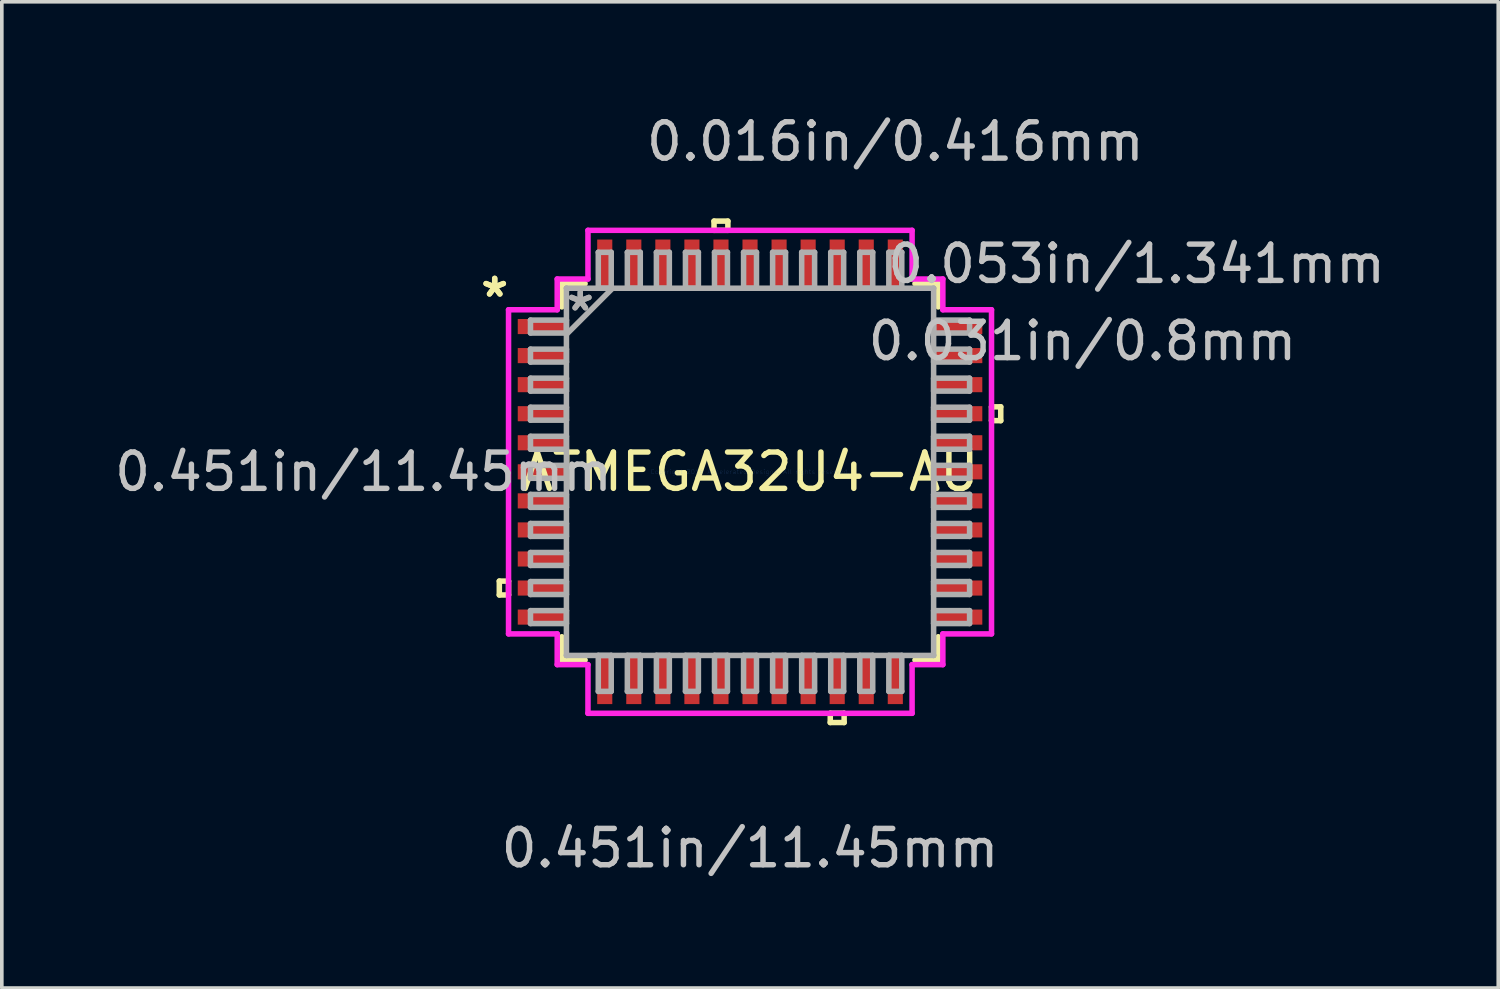
<source format=kicad_pcb>
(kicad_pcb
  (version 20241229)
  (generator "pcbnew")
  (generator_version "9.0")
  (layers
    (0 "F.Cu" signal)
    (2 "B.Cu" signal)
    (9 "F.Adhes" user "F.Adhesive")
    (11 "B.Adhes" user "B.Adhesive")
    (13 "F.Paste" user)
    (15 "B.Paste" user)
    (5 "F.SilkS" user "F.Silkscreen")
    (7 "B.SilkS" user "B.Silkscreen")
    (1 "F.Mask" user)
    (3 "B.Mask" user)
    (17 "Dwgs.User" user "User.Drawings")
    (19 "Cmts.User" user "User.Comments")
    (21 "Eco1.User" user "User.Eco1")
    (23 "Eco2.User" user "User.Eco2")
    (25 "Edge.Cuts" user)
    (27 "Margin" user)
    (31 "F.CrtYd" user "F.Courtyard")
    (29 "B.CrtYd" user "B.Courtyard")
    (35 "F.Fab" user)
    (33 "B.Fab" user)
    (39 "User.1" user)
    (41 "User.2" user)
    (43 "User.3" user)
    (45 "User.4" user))
  (footprint "ATMEGA32U4-AU"
    (layer "F.Cu")
    (at 17.601 9.941)
    (property "Reference" "ATMEGA32U4-AU" (at 0 0 0) (layer "F.SilkS") (effects (font (size 1 1) (thickness 0.15))))
    (attr through_hole)
    (fp_line (start -6.903 3.009) (end -6.903 3.39) (stroke (width 0.152) (type solid)) (layer "F.SilkS"))
    (fp_line (start -6.903 3.39) (end -6.649 3.39) (stroke (width 0.152) (type solid)) (layer "F.SilkS"))
    (fp_line (start -6.649 3.009) (end -6.903 3.009) (stroke (width 0.152) (type solid)) (layer "F.SilkS"))
    (fp_line (start -6.649 3.39) (end -6.649 3.009) (stroke (width 0.152) (type solid)) (layer "F.SilkS"))
    (fp_line (start -5.182 -5.182) (end -5.182 -4.541) (stroke (width 0.152) (type solid)) (layer "F.SilkS"))
    (fp_line (start -5.182 4.541) (end -5.182 5.182) (stroke (width 0.152) (type solid)) (layer "F.SilkS"))
    (fp_line (start -5.182 5.182) (end -4.541 5.182) (stroke (width 0.152) (type solid)) (layer "F.SilkS"))
    (fp_line (start -4.541 -5.182) (end -5.182 -5.182) (stroke (width 0.152) (type solid)) (layer "F.SilkS"))
    (fp_line (start -0.991 -6.903) (end -0.61 -6.903) (stroke (width 0.152) (type solid)) (layer "F.SilkS"))
    (fp_line (start -0.991 -6.649) (end -0.991 -6.903) (stroke (width 0.152) (type solid)) (layer "F.SilkS"))
    (fp_line (start -0.61 -6.903) (end -0.61 -6.649) (stroke (width 0.152) (type solid)) (layer "F.SilkS"))
    (fp_line (start -0.61 -6.649) (end -0.991 -6.649) (stroke (width 0.152) (type solid)) (layer "F.SilkS"))
    (fp_line (start 2.209 6.649) (end 2.209 6.903) (stroke (width 0.152) (type solid)) (layer "F.SilkS"))
    (fp_line (start 2.209 6.903) (end 2.591 6.903) (stroke (width 0.152) (type solid)) (layer "F.SilkS"))
    (fp_line (start 2.591 6.649) (end 2.209 6.649) (stroke (width 0.152) (type solid)) (layer "F.SilkS"))
    (fp_line (start 2.591 6.903) (end 2.591 6.649) (stroke (width 0.152) (type solid)) (layer "F.SilkS"))
    (fp_line (start 4.541 5.182) (end 5.182 5.182) (stroke (width 0.152) (type solid)) (layer "F.SilkS"))
    (fp_line (start 5.182 -5.182) (end 4.541 -5.182) (stroke (width 0.152) (type solid)) (layer "F.SilkS"))
    (fp_line (start 5.182 -4.541) (end 5.182 -5.182) (stroke (width 0.152) (type solid)) (layer "F.SilkS"))
    (fp_line (start 5.182 5.182) (end 5.182 4.541) (stroke (width 0.152) (type solid)) (layer "F.SilkS"))
    (fp_line (start 6.649 -1.79) (end 6.903 -1.79) (stroke (width 0.152) (type solid)) (layer "F.SilkS"))
    (fp_line (start 6.649 -1.409) (end 6.649 -1.79) (stroke (width 0.152) (type solid)) (layer "F.SilkS"))
    (fp_line (start 6.903 -1.79) (end 6.903 -1.409) (stroke (width 0.152) (type solid)) (layer "F.SilkS"))
    (fp_line (start 6.903 -1.409) (end 6.649 -1.409) (stroke (width 0.152) (type solid)) (layer "F.SilkS"))
    (fp_line (start -6.649 -4.462) (end -5.309 -4.462) (stroke (width 0.152) (type solid)) (layer "F.CrtYd"))
    (fp_line (start -6.649 4.462) (end -6.649 -4.462) (stroke (width 0.152) (type solid)) (layer "F.CrtYd"))
    (fp_line (start -5.309 -5.309) (end -4.462 -5.309) (stroke (width 0.152) (type solid)) (layer "F.CrtYd"))
    (fp_line (start -5.309 -4.462) (end -5.309 -5.309) (stroke (width 0.152) (type solid)) (layer "F.CrtYd"))
    (fp_line (start -5.309 4.462) (end -6.649 4.462) (stroke (width 0.152) (type solid)) (layer "F.CrtYd"))
    (fp_line (start -5.309 5.309) (end -5.309 4.462) (stroke (width 0.152) (type solid)) (layer "F.CrtYd"))
    (fp_line (start -4.462 -6.649) (end 4.462 -6.649) (stroke (width 0.152) (type solid)) (layer "F.CrtYd"))
    (fp_line (start -4.462 -5.309) (end -4.462 -6.649) (stroke (width 0.152) (type solid)) (layer "F.CrtYd"))
    (fp_line (start -4.462 5.309) (end -5.309 5.309) (stroke (width 0.152) (type solid)) (layer "F.CrtYd"))
    (fp_line (start -4.462 6.649) (end -4.462 5.309) (stroke (width 0.152) (type solid)) (layer "F.CrtYd"))
    (fp_line (start 4.462 -6.649) (end 4.462 -5.309) (stroke (width 0.152) (type solid)) (layer "F.CrtYd"))
    (fp_line (start 4.462 -5.309) (end 5.309 -5.309) (stroke (width 0.152) (type solid)) (layer "F.CrtYd"))
    (fp_line (start 4.462 5.309) (end 4.462 6.649) (stroke (width 0.152) (type solid)) (layer "F.CrtYd"))
    (fp_line (start 4.462 6.649) (end -4.462 6.649) (stroke (width 0.152) (type solid)) (layer "F.CrtYd"))
    (fp_line (start 5.309 -5.309) (end 5.309 -4.462) (stroke (width 0.152) (type solid)) (layer "F.CrtYd"))
    (fp_line (start 5.309 -4.462) (end 6.649 -4.462) (stroke (width 0.152) (type solid)) (layer "F.CrtYd"))
    (fp_line (start 5.309 4.462) (end 5.309 5.309) (stroke (width 0.152) (type solid)) (layer "F.CrtYd"))
    (fp_line (start 5.309 5.309) (end 4.462 5.309) (stroke (width 0.152) (type solid)) (layer "F.CrtYd"))
    (fp_line (start 6.649 -4.462) (end 6.649 4.462) (stroke (width 0.152) (type solid)) (layer "F.CrtYd"))
    (fp_line (start 6.649 4.462) (end 5.309 4.462) (stroke (width 0.152) (type solid)) (layer "F.CrtYd"))
    (fp_line (start -6.045 -4.178) (end -6.045 -3.822) (stroke (width 0.152) (type solid)) (layer "F.Fab"))
    (fp_line (start -6.045 -3.822) (end -5.055 -3.822) (stroke (width 0.152) (type solid)) (layer "F.Fab"))
    (fp_line (start -6.045 -3.378) (end -6.045 -3.022) (stroke (width 0.152) (type solid)) (layer "F.Fab"))
    (fp_line (start -6.045 -3.022) (end -5.055 -3.022) (stroke (width 0.152) (type solid)) (layer "F.Fab"))
    (fp_line (start -6.045 -2.578) (end -6.045 -2.222) (stroke (width 0.152) (type solid)) (layer "F.Fab"))
    (fp_line (start -6.045 -2.222) (end -5.055 -2.222) (stroke (width 0.152) (type solid)) (layer "F.Fab"))
    (fp_line (start -6.045 -1.778) (end -6.045 -1.422) (stroke (width 0.152) (type solid)) (layer "F.Fab"))
    (fp_line (start -6.045 -1.422) (end -5.055 -1.422) (stroke (width 0.152) (type solid)) (layer "F.Fab"))
    (fp_line (start -6.045 -0.978) (end -6.045 -0.622) (stroke (width 0.152) (type solid)) (layer "F.Fab"))
    (fp_line (start -6.045 -0.622) (end -5.055 -0.622) (stroke (width 0.152) (type solid)) (layer "F.Fab"))
    (fp_line (start -6.045 -0.178) (end -6.045 0.178) (stroke (width 0.152) (type solid)) (layer "F.Fab"))
    (fp_line (start -6.045 0.178) (end -5.055 0.178) (stroke (width 0.152) (type solid)) (layer "F.Fab"))
    (fp_line (start -6.045 0.622) (end -6.045 0.978) (stroke (width 0.152) (type solid)) (layer "F.Fab"))
    (fp_line (start -6.045 0.978) (end -5.055 0.978) (stroke (width 0.152) (type solid)) (layer "F.Fab"))
    (fp_line (start -6.045 1.422) (end -6.045 1.778) (stroke (width 0.152) (type solid)) (layer "F.Fab"))
    (fp_line (start -6.045 1.778) (end -5.055 1.778) (stroke (width 0.152) (type solid)) (layer "F.Fab"))
    (fp_line (start -6.045 2.222) (end -6.045 2.578) (stroke (width 0.152) (type solid)) (layer "F.Fab"))
    (fp_line (start -6.045 2.578) (end -5.055 2.578) (stroke (width 0.152) (type solid)) (layer "F.Fab"))
    (fp_line (start -6.045 3.022) (end -6.045 3.378) (stroke (width 0.152) (type solid)) (layer "F.Fab"))
    (fp_line (start -6.045 3.378) (end -5.055 3.378) (stroke (width 0.152) (type solid)) (layer "F.Fab"))
    (fp_line (start -6.045 3.822) (end -6.045 4.178) (stroke (width 0.152) (type solid)) (layer "F.Fab"))
    (fp_line (start -6.045 4.178) (end -5.055 4.178) (stroke (width 0.152) (type solid)) (layer "F.Fab"))
    (fp_line (start -5.055 -5.055) (end -5.055 -5.055) (stroke (width 0.152) (type solid)) (layer "F.Fab"))
    (fp_line (start -5.055 -5.055) (end -5.055 5.055) (stroke (width 0.152) (type solid)) (layer "F.Fab"))
    (fp_line (start -5.055 -4.178) (end -6.045 -4.178) (stroke (width 0.152) (type solid)) (layer "F.Fab"))
    (fp_line (start -5.055 -3.822) (end -5.055 -4.178) (stroke (width 0.152) (type solid)) (layer "F.Fab"))
    (fp_line (start -5.055 -3.785) (end -3.785 -5.055) (stroke (width 0.152) (type solid)) (layer "F.Fab"))
    (fp_line (start -5.055 -3.378) (end -6.045 -3.378) (stroke (width 0.152) (type solid)) (layer "F.Fab"))
    (fp_line (start -5.055 -3.022) (end -5.055 -3.378) (stroke (width 0.152) (type solid)) (layer "F.Fab"))
    (fp_line (start -5.055 -2.578) (end -6.045 -2.578) (stroke (width 0.152) (type solid)) (layer "F.Fab"))
    (fp_line (start -5.055 -2.222) (end -5.055 -2.578) (stroke (width 0.152) (type solid)) (layer "F.Fab"))
    (fp_line (start -5.055 -1.778) (end -6.045 -1.778) (stroke (width 0.152) (type solid)) (layer "F.Fab"))
    (fp_line (start -5.055 -1.422) (end -5.055 -1.778) (stroke (width 0.152) (type solid)) (layer "F.Fab"))
    (fp_line (start -5.055 -0.978) (end -6.045 -0.978) (stroke (width 0.152) (type solid)) (layer "F.Fab"))
    (fp_line (start -5.055 -0.622) (end -5.055 -0.978) (stroke (width 0.152) (type solid)) (layer "F.Fab"))
    (fp_line (start -5.055 -0.178) (end -6.045 -0.178) (stroke (width 0.152) (type solid)) (layer "F.Fab"))
    (fp_line (start -5.055 0.178) (end -5.055 -0.178) (stroke (width 0.152) (type solid)) (layer "F.Fab"))
    (fp_line (start -5.055 0.622) (end -6.045 0.622) (stroke (width 0.152) (type solid)) (layer "F.Fab"))
    (fp_line (start -5.055 0.978) (end -5.055 0.622) (stroke (width 0.152) (type solid)) (layer "F.Fab"))
    (fp_line (start -5.055 1.422) (end -6.045 1.422) (stroke (width 0.152) (type solid)) (layer "F.Fab"))
    (fp_line (start -5.055 1.778) (end -5.055 1.422) (stroke (width 0.152) (type solid)) (layer "F.Fab"))
    (fp_line (start -5.055 2.222) (end -6.045 2.222) (stroke (width 0.152) (type solid)) (layer "F.Fab"))
    (fp_line (start -5.055 2.578) (end -5.055 2.222) (stroke (width 0.152) (type solid)) (layer "F.Fab"))
    (fp_line (start -5.055 3.022) (end -6.045 3.022) (stroke (width 0.152) (type solid)) (layer "F.Fab"))
    (fp_line (start -5.055 3.378) (end -5.055 3.022) (stroke (width 0.152) (type solid)) (layer "F.Fab"))
    (fp_line (start -5.055 3.822) (end -6.045 3.822) (stroke (width 0.152) (type solid)) (layer "F.Fab"))
    (fp_line (start -5.055 4.178) (end -5.055 3.822) (stroke (width 0.152) (type solid)) (layer "F.Fab"))
    (fp_line (start -5.055 5.055) (end -5.055 5.055) (stroke (width 0.152) (type solid)) (layer "F.Fab"))
    (fp_line (start -5.055 5.055) (end 5.055 5.055) (stroke (width 0.152) (type solid)) (layer "F.Fab"))
    (fp_line (start -4.178 5.055) (end -4.178 6.045) (stroke (width 0.152) (type solid)) (layer "F.Fab"))
    (fp_line (start -4.178 6.045) (end -3.822 6.045) (stroke (width 0.152) (type solid)) (layer "F.Fab"))
    (fp_line (start -4.178 -6.045) (end -4.178 -5.055) (stroke (width 0.152) (type solid)) (layer "F.Fab"))
    (fp_line (start -4.178 -5.055) (end -3.822 -5.055) (stroke (width 0.152) (type solid)) (layer "F.Fab"))
    (fp_line (start -3.822 5.055) (end -4.178 5.055) (stroke (width 0.152) (type solid)) (layer "F.Fab"))
    (fp_line (start -3.822 6.045) (end -3.822 5.055) (stroke (width 0.152) (type solid)) (layer "F.Fab"))
    (fp_line (start -3.822 -6.045) (end -4.178 -6.045) (stroke (width 0.152) (type solid)) (layer "F.Fab"))
    (fp_line (start -3.822 -5.055) (end -3.822 -6.045) (stroke (width 0.152) (type solid)) (layer "F.Fab"))
    (fp_line (start -3.378 -6.045) (end -3.378 -5.055) (stroke (width 0.152) (type solid)) (layer "F.Fab"))
    (fp_line (start -3.378 -5.055) (end -3.022 -5.055) (stroke (width 0.152) (type solid)) (layer "F.Fab"))
    (fp_line (start -3.378 5.055) (end -3.378 6.045) (stroke (width 0.152) (type solid)) (layer "F.Fab"))
    (fp_line (start -3.378 6.045) (end -3.022 6.045) (stroke (width 0.152) (type solid)) (layer "F.Fab"))
    (fp_line (start -3.022 -6.045) (end -3.378 -6.045) (stroke (width 0.152) (type solid)) (layer "F.Fab"))
    (fp_line (start -3.022 -5.055) (end -3.022 -6.045) (stroke (width 0.152) (type solid)) (layer "F.Fab"))
    (fp_line (start -3.022 5.055) (end -3.378 5.055) (stroke (width 0.152) (type solid)) (layer "F.Fab"))
    (fp_line (start -3.022 6.045) (end -3.022 5.055) (stroke (width 0.152) (type solid)) (layer "F.Fab"))
    (fp_line (start -2.578 -6.045) (end -2.578 -5.055) (stroke (width 0.152) (type solid)) (layer "F.Fab"))
    (fp_line (start -2.578 -5.055) (end -2.222 -5.055) (stroke (width 0.152) (type solid)) (layer "F.Fab"))
    (fp_line (start -2.578 5.055) (end -2.578 6.045) (stroke (width 0.152) (type solid)) (layer "F.Fab"))
    (fp_line (start -2.578 6.045) (end -2.222 6.045) (stroke (width 0.152) (type solid)) (layer "F.Fab"))
    (fp_line (start -2.222 -6.045) (end -2.578 -6.045) (stroke (width 0.152) (type solid)) (layer "F.Fab"))
    (fp_line (start -2.222 -5.055) (end -2.222 -6.045) (stroke (width 0.152) (type solid)) (layer "F.Fab"))
    (fp_line (start -2.222 5.055) (end -2.578 5.055) (stroke (width 0.152) (type solid)) (layer "F.Fab"))
    (fp_line (start -2.222 6.045) (end -2.222 5.055) (stroke (width 0.152) (type solid)) (layer "F.Fab"))
    (fp_line (start -1.778 -6.045) (end -1.778 -5.055) (stroke (width 0.152) (type solid)) (layer "F.Fab"))
    (fp_line (start -1.778 -5.055) (end -1.422 -5.055) (stroke (width 0.152) (type solid)) (layer "F.Fab"))
    (fp_line (start -1.778 5.055) (end -1.778 6.045) (stroke (width 0.152) (type solid)) (layer "F.Fab"))
    (fp_line (start -1.778 6.045) (end -1.422 6.045) (stroke (width 0.152) (type solid)) (layer "F.Fab"))
    (fp_line (start -1.422 -6.045) (end -1.778 -6.045) (stroke (width 0.152) (type solid)) (layer "F.Fab"))
    (fp_line (start -1.422 -5.055) (end -1.422 -6.045) (stroke (width 0.152) (type solid)) (layer "F.Fab"))
    (fp_line (start -1.422 5.055) (end -1.778 5.055) (stroke (width 0.152) (type solid)) (layer "F.Fab"))
    (fp_line (start -1.422 6.045) (end -1.422 5.055) (stroke (width 0.152) (type solid)) (layer "F.Fab"))
    (fp_line (start -0.978 -6.045) (end -0.978 -5.055) (stroke (width 0.152) (type solid)) (layer "F.Fab"))
    (fp_line (start -0.978 -5.055) (end -0.622 -5.055) (stroke (width 0.152) (type solid)) (layer "F.Fab"))
    (fp_line (start -0.978 5.055) (end -0.978 6.045) (stroke (width 0.152) (type solid)) (layer "F.Fab"))
    (fp_line (start -0.978 6.045) (end -0.622 6.045) (stroke (width 0.152) (type solid)) (layer "F.Fab"))
    (fp_line (start -0.622 -6.045) (end -0.978 -6.045) (stroke (width 0.152) (type solid)) (layer "F.Fab"))
    (fp_line (start -0.622 -5.055) (end -0.622 -6.045) (stroke (width 0.152) (type solid)) (layer "F.Fab"))
    (fp_line (start -0.622 5.055) (end -0.978 5.055) (stroke (width 0.152) (type solid)) (layer "F.Fab"))
    (fp_line (start -0.622 6.045) (end -0.622 5.055) (stroke (width 0.152) (type solid)) (layer "F.Fab"))
    (fp_line (start -0.178 -6.045) (end -0.178 -5.055) (stroke (width 0.152) (type solid)) (layer "F.Fab"))
    (fp_line (start -0.178 -5.055) (end 0.178 -5.055) (stroke (width 0.152) (type solid)) (layer "F.Fab"))
    (fp_line (start -0.178 5.055) (end -0.178 6.045) (stroke (width 0.152) (type solid)) (layer "F.Fab"))
    (fp_line (start -0.178 6.045) (end 0.178 6.045) (stroke (width 0.152) (type solid)) (layer "F.Fab"))
    (fp_line (start 0.178 -6.045) (end -0.178 -6.045) (stroke (width 0.152) (type solid)) (layer "F.Fab"))
    (fp_line (start 0.178 -5.055) (end 0.178 -6.045) (stroke (width 0.152) (type solid)) (layer "F.Fab"))
    (fp_line (start 0.178 5.055) (end -0.178 5.055) (stroke (width 0.152) (type solid)) (layer "F.Fab"))
    (fp_line (start 0.178 6.045) (end 0.178 5.055) (stroke (width 0.152) (type solid)) (layer "F.Fab"))
    (fp_line (start 0.622 -6.045) (end 0.622 -5.055) (stroke (width 0.152) (type solid)) (layer "F.Fab"))
    (fp_line (start 0.622 -5.055) (end 0.978 -5.055) (stroke (width 0.152) (type solid)) (layer "F.Fab"))
    (fp_line (start 0.622 5.055) (end 0.622 6.045) (stroke (width 0.152) (type solid)) (layer "F.Fab"))
    (fp_line (start 0.622 6.045) (end 0.978 6.045) (stroke (width 0.152) (type solid)) (layer "F.Fab"))
    (fp_line (start 0.978 -6.045) (end 0.622 -6.045) (stroke (width 0.152) (type solid)) (layer "F.Fab"))
    (fp_line (start 0.978 -5.055) (end 0.978 -6.045) (stroke (width 0.152) (type solid)) (layer "F.Fab"))
    (fp_line (start 0.978 5.055) (end 0.622 5.055) (stroke (width 0.152) (type solid)) (layer "F.Fab"))
    (fp_line (start 0.978 6.045) (end 0.978 5.055) (stroke (width 0.152) (type solid)) (layer "F.Fab"))
    (fp_line (start 1.422 -6.045) (end 1.422 -5.055) (stroke (width 0.152) (type solid)) (layer "F.Fab"))
    (fp_line (start 1.422 -5.055) (end 1.778 -5.055) (stroke (width 0.152) (type solid)) (layer "F.Fab"))
    (fp_line (start 1.422 5.055) (end 1.422 6.045) (stroke (width 0.152) (type solid)) (layer "F.Fab"))
    (fp_line (start 1.422 6.045) (end 1.778 6.045) (stroke (width 0.152) (type solid)) (layer "F.Fab"))
    (fp_line (start 1.778 -6.045) (end 1.422 -6.045) (stroke (width 0.152) (type solid)) (layer "F.Fab"))
    (fp_line (start 1.778 -5.055) (end 1.778 -6.045) (stroke (width 0.152) (type solid)) (layer "F.Fab"))
    (fp_line (start 1.778 5.055) (end 1.422 5.055) (stroke (width 0.152) (type solid)) (layer "F.Fab"))
    (fp_line (start 1.778 6.045) (end 1.778 5.055) (stroke (width 0.152) (type solid)) (layer "F.Fab"))
    (fp_line (start 2.222 -6.045) (end 2.222 -5.055) (stroke (width 0.152) (type solid)) (layer "F.Fab"))
    (fp_line (start 2.222 -5.055) (end 2.578 -5.055) (stroke (width 0.152) (type solid)) (layer "F.Fab"))
    (fp_line (start 2.222 5.055) (end 2.222 6.045) (stroke (width 0.152) (type solid)) (layer "F.Fab"))
    (fp_line (start 2.222 6.045) (end 2.578 6.045) (stroke (width 0.152) (type solid)) (layer "F.Fab"))
    (fp_line (start 2.578 -6.045) (end 2.222 -6.045) (stroke (width 0.152) (type solid)) (layer "F.Fab"))
    (fp_line (start 2.578 -5.055) (end 2.578 -6.045) (stroke (width 0.152) (type solid)) (layer "F.Fab"))
    (fp_line (start 2.578 5.055) (end 2.222 5.055) (stroke (width 0.152) (type solid)) (layer "F.Fab"))
    (fp_line (start 2.578 6.045) (end 2.578 5.055) (stroke (width 0.152) (type solid)) (layer "F.Fab"))
    (fp_line (start 3.022 -6.045) (end 3.022 -5.055) (stroke (width 0.152) (type solid)) (layer "F.Fab"))
    (fp_line (start 3.022 -5.055) (end 3.378 -5.055) (stroke (width 0.152) (type solid)) (layer "F.Fab"))
    (fp_line (start 3.022 5.055) (end 3.022 6.045) (stroke (width 0.152) (type solid)) (layer "F.Fab"))
    (fp_line (start 3.022 6.045) (end 3.378 6.045) (stroke (width 0.152) (type solid)) (layer "F.Fab"))
    (fp_line (start 3.378 -6.045) (end 3.022 -6.045) (stroke (width 0.152) (type solid)) (layer "F.Fab"))
    (fp_line (start 3.378 -5.055) (end 3.378 -6.045) (stroke (width 0.152) (type solid)) (layer "F.Fab"))
    (fp_line (start 3.378 5.055) (end 3.022 5.055) (stroke (width 0.152) (type solid)) (layer "F.Fab"))
    (fp_line (start 3.378 6.045) (end 3.378 5.055) (stroke (width 0.152) (type solid)) (layer "F.Fab"))
    (fp_line (start 3.822 5.055) (end 3.822 6.045) (stroke (width 0.152) (type solid)) (layer "F.Fab"))
    (fp_line (start 3.822 6.045) (end 4.178 6.045) (stroke (width 0.152) (type solid)) (layer "F.Fab"))
    (fp_line (start 3.822 -6.045) (end 3.822 -5.055) (stroke (width 0.152) (type solid)) (layer "F.Fab"))
    (fp_line (start 3.822 -5.055) (end 4.178 -5.055) (stroke (width 0.152) (type solid)) (layer "F.Fab"))
    (fp_line (start 4.178 5.055) (end 3.822 5.055) (stroke (width 0.152) (type solid)) (layer "F.Fab"))
    (fp_line (start 4.178 6.045) (end 4.178 5.055) (stroke (width 0.152) (type solid)) (layer "F.Fab"))
    (fp_line (start 4.178 -6.045) (end 3.822 -6.045) (stroke (width 0.152) (type solid)) (layer "F.Fab"))
    (fp_line (start 4.178 -5.055) (end 4.178 -6.045) (stroke (width 0.152) (type solid)) (layer "F.Fab"))
    (fp_line (start 5.055 -5.055) (end -5.055 -5.055) (stroke (width 0.152) (type solid)) (layer "F.Fab"))
    (fp_line (start 5.055 -5.055) (end 5.055 -5.055) (stroke (width 0.152) (type solid)) (layer "F.Fab"))
    (fp_line (start 5.055 -4.178) (end 5.055 -3.822) (stroke (width 0.152) (type solid)) (layer "F.Fab"))
    (fp_line (start 5.055 -3.822) (end 6.045 -3.822) (stroke (width 0.152) (type solid)) (layer "F.Fab"))
    (fp_line (start 5.055 -3.378) (end 5.055 -3.022) (stroke (width 0.152) (type solid)) (layer "F.Fab"))
    (fp_line (start 5.055 -3.022) (end 6.045 -3.022) (stroke (width 0.152) (type solid)) (layer "F.Fab"))
    (fp_line (start 5.055 -2.578) (end 5.055 -2.222) (stroke (width 0.152) (type solid)) (layer "F.Fab"))
    (fp_line (start 5.055 -2.222) (end 6.045 -2.222) (stroke (width 0.152) (type solid)) (layer "F.Fab"))
    (fp_line (start 5.055 -1.778) (end 5.055 -1.422) (stroke (width 0.152) (type solid)) (layer "F.Fab"))
    (fp_line (start 5.055 -1.422) (end 6.045 -1.422) (stroke (width 0.152) (type solid)) (layer "F.Fab"))
    (fp_line (start 5.055 -0.978) (end 5.055 -0.622) (stroke (width 0.152) (type solid)) (layer "F.Fab"))
    (fp_line (start 5.055 -0.622) (end 6.045 -0.622) (stroke (width 0.152) (type solid)) (layer "F.Fab"))
    (fp_line (start 5.055 -0.178) (end 5.055 0.178) (stroke (width 0.152) (type solid)) (layer "F.Fab"))
    (fp_line (start 5.055 0.178) (end 6.045 0.178) (stroke (width 0.152) (type solid)) (layer "F.Fab"))
    (fp_line (start 5.055 0.622) (end 5.055 0.978) (stroke (width 0.152) (type solid)) (layer "F.Fab"))
    (fp_line (start 5.055 0.978) (end 6.045 0.978) (stroke (width 0.152) (type solid)) (layer "F.Fab"))
    (fp_line (start 5.055 1.422) (end 5.055 1.778) (stroke (width 0.152) (type solid)) (layer "F.Fab"))
    (fp_line (start 5.055 1.778) (end 6.045 1.778) (stroke (width 0.152) (type solid)) (layer "F.Fab"))
    (fp_line (start 5.055 2.222) (end 5.055 2.578) (stroke (width 0.152) (type solid)) (layer "F.Fab"))
    (fp_line (start 5.055 2.578) (end 6.045 2.578) (stroke (width 0.152) (type solid)) (layer "F.Fab"))
    (fp_line (start 5.055 3.022) (end 5.055 3.378) (stroke (width 0.152) (type solid)) (layer "F.Fab"))
    (fp_line (start 5.055 3.378) (end 6.045 3.378) (stroke (width 0.152) (type solid)) (layer "F.Fab"))
    (fp_line (start 5.055 3.822) (end 5.055 4.178) (stroke (width 0.152) (type solid)) (layer "F.Fab"))
    (fp_line (start 5.055 4.178) (end 6.045 4.178) (stroke (width 0.152) (type solid)) (layer "F.Fab"))
    (fp_line (start 5.055 5.055) (end 5.055 -5.055) (stroke (width 0.152) (type solid)) (layer "F.Fab"))
    (fp_line (start 5.055 5.055) (end 5.055 5.055) (stroke (width 0.152) (type solid)) (layer "F.Fab"))
    (fp_line (start 6.045 -4.178) (end 5.055 -4.178) (stroke (width 0.152) (type solid)) (layer "F.Fab"))
    (fp_line (start 6.045 -3.822) (end 6.045 -4.178) (stroke (width 0.152) (type solid)) (layer "F.Fab"))
    (fp_line (start 6.045 -3.378) (end 5.055 -3.378) (stroke (width 0.152) (type solid)) (layer "F.Fab"))
    (fp_line (start 6.045 -3.022) (end 6.045 -3.378) (stroke (width 0.152) (type solid)) (layer "F.Fab"))
    (fp_line (start 6.045 -2.578) (end 5.055 -2.578) (stroke (width 0.152) (type solid)) (layer "F.Fab"))
    (fp_line (start 6.045 -2.222) (end 6.045 -2.578) (stroke (width 0.152) (type solid)) (layer "F.Fab"))
    (fp_line (start 6.045 -1.778) (end 5.055 -1.778) (stroke (width 0.152) (type solid)) (layer "F.Fab"))
    (fp_line (start 6.045 -1.422) (end 6.045 -1.778) (stroke (width 0.152) (type solid)) (layer "F.Fab"))
    (fp_line (start 6.045 -0.978) (end 5.055 -0.978) (stroke (width 0.152) (type solid)) (layer "F.Fab"))
    (fp_line (start 6.045 -0.622) (end 6.045 -0.978) (stroke (width 0.152) (type solid)) (layer "F.Fab"))
    (fp_line (start 6.045 -0.178) (end 5.055 -0.178) (stroke (width 0.152) (type solid)) (layer "F.Fab"))
    (fp_line (start 6.045 0.178) (end 6.045 -0.178) (stroke (width 0.152) (type solid)) (layer "F.Fab"))
    (fp_line (start 6.045 0.622) (end 5.055 0.622) (stroke (width 0.152) (type solid)) (layer "F.Fab"))
    (fp_line (start 6.045 0.978) (end 6.045 0.622) (stroke (width 0.152) (type solid)) (layer "F.Fab"))
    (fp_line (start 6.045 1.422) (end 5.055 1.422) (stroke (width 0.152) (type solid)) (layer "F.Fab"))
    (fp_line (start 6.045 1.778) (end 6.045 1.422) (stroke (width 0.152) (type solid)) (layer "F.Fab"))
    (fp_line (start 6.045 2.222) (end 5.055 2.222) (stroke (width 0.152) (type solid)) (layer "F.Fab"))
    (fp_line (start 6.045 2.578) (end 6.045 2.222) (stroke (width 0.152) (type solid)) (layer "F.Fab"))
    (fp_line (start 6.045 3.022) (end 5.055 3.022) (stroke (width 0.152) (type solid)) (layer "F.Fab"))
    (fp_line (start 6.045 3.378) (end 6.045 3.022) (stroke (width 0.152) (type solid)) (layer "F.Fab"))
    (fp_line (start 6.045 3.822) (end 5.055 3.822) (stroke (width 0.152) (type solid)) (layer "F.Fab"))
    (fp_line (start 6.045 4.178) (end 6.045 3.822) (stroke (width 0.152) (type solid)) (layer "F.Fab"))
    (fp_text user "*" (at -7.03 -4.781 0) (layer "F.SilkS") (effects (font (size 1 1) (thickness 0.15))))
    (fp_text user "*" (at -7.03 -4.781 0) (layer "F.SilkS") (effects (font (size 1 1) (thickness 0.15))))
    (fp_text user "0.451in/11.45mm" (at -10.643 0 0) (layer "Dwgs.User") (effects (font (size 1 1) (thickness 0.15))))
    (fp_text user "0.053in/1.341mm" (at 10.643 -5.725 0) (layer "Dwgs.User") (effects (font (size 1 1) (thickness 0.15))))
    (fp_text user "0.016in/0.416mm" (at 4 -9.093 0) (layer "Dwgs.User") (effects (font (size 1 1) (thickness 0.15))))
    (fp_text user "0.031in/0.8mm" (at 9.154 -3.6 0) (layer "Dwgs.User") (effects (font (size 1 1) (thickness 0.15))))
    (fp_text user "0.451in/11.45mm" (at 0 10.363 0) (layer "Dwgs.User") (effects (font (size 1 1) (thickness 0.15))))
    (fp_text user "Copyright 2016 Accelerated Designs. All rights reserved." (at 0 0 0) (layer "Cmts.User") (effects (font (size 0.127 0.127) (thickness 0.002))))
    (fp_text user "*" (at -4.674 -4.4 0) (layer "F.Fab") (effects (font (size 1 1) (thickness 0.15))))
    (fp_text user "*" (at -4.674 -4.4 0) (layer "F.Fab") (effects (font (size 1 1) (thickness 0.15))))
    (pad "1" smd rect (at -5.725 -4 90) (size 0.416 1.341) (layers "F.Cu" "F.Mask" "F.Paste"))
    (pad "2" smd rect (at -5.725 -3.2 90) (size 0.416 1.341) (layers "F.Cu" "F.Mask" "F.Paste"))
    (pad "3" smd rect (at -5.725 -2.4 90) (size 0.416 1.341) (layers "F.Cu" "F.Mask" "F.Paste"))
    (pad "4" smd rect (at -5.725 -1.6 90) (size 0.416 1.341) (layers "F.Cu" "F.Mask" "F.Paste"))
    (pad "5" smd rect (at -5.725 -0.8 90) (size 0.416 1.341) (layers "F.Cu" "F.Mask" "F.Paste"))
    (pad "6" smd rect (at -5.725 0 90) (size 0.416 1.341) (layers "F.Cu" "F.Mask" "F.Paste"))
    (pad "7" smd rect (at -5.725 0.8 90) (size 0.416 1.341) (layers "F.Cu" "F.Mask" "F.Paste"))
    (pad "8" smd rect (at -5.725 1.6 90) (size 0.416 1.341) (layers "F.Cu" "F.Mask" "F.Paste"))
    (pad "9" smd rect (at -5.725 2.4 90) (size 0.416 1.341) (layers "F.Cu" "F.Mask" "F.Paste"))
    (pad "10" smd rect (at -5.725 3.2 90) (size 0.416 1.341) (layers "F.Cu" "F.Mask" "F.Paste"))
    (pad "11" smd rect (at -5.725 4 90) (size 0.416 1.341) (layers "F.Cu" "F.Mask" "F.Paste"))
    (pad "12" smd rect (at -4 5.725) (size 0.416 1.341) (layers "F.Cu" "F.Mask" "F.Paste"))
    (pad "13" smd rect (at -3.2 5.725) (size 0.416 1.341) (layers "F.Cu" "F.Mask" "F.Paste"))
    (pad "14" smd rect (at -2.4 5.725) (size 0.416 1.341) (layers "F.Cu" "F.Mask" "F.Paste"))
    (pad "15" smd rect (at -1.6 5.725) (size 0.416 1.341) (layers "F.Cu" "F.Mask" "F.Paste"))
    (pad "16" smd rect (at -0.8 5.725) (size 0.416 1.341) (layers "F.Cu" "F.Mask" "F.Paste"))
    (pad "17" smd rect (at 0 5.725) (size 0.416 1.341) (layers "F.Cu" "F.Mask" "F.Paste"))
    (pad "18" smd rect (at 0.8 5.725) (size 0.416 1.341) (layers "F.Cu" "F.Mask" "F.Paste"))
    (pad "19" smd rect (at 1.6 5.725) (size 0.416 1.341) (layers "F.Cu" "F.Mask" "F.Paste"))
    (pad "20" smd rect (at 2.4 5.725) (size 0.416 1.341) (layers "F.Cu" "F.Mask" "F.Paste"))
    (pad "21" smd rect (at 3.2 5.725) (size 0.416 1.341) (layers "F.Cu" "F.Mask" "F.Paste"))
    (pad "22" smd rect (at 4 5.725) (size 0.416 1.341) (layers "F.Cu" "F.Mask" "F.Paste"))
    (pad "23" smd rect (at 5.725 4 90) (size 0.416 1.341) (layers "F.Cu" "F.Mask" "F.Paste"))
    (pad "24" smd rect (at 5.725 3.2 90) (size 0.416 1.341) (layers "F.Cu" "F.Mask" "F.Paste"))
    (pad "25" smd rect (at 5.725 2.4 90) (size 0.416 1.341) (layers "F.Cu" "F.Mask" "F.Paste"))
    (pad "26" smd rect (at 5.725 1.6 90) (size 0.416 1.341) (layers "F.Cu" "F.Mask" "F.Paste"))
    (pad "27" smd rect (at 5.725 0.8 90) (size 0.416 1.341) (layers "F.Cu" "F.Mask" "F.Paste"))
    (pad "28" smd rect (at 5.725 0 90) (size 0.416 1.341) (layers "F.Cu" "F.Mask" "F.Paste"))
    (pad "29" smd rect (at 5.725 -0.8 90) (size 0.416 1.341) (layers "F.Cu" "F.Mask" "F.Paste"))
    (pad "30" smd rect (at 5.725 -1.6 90) (size 0.416 1.341) (layers "F.Cu" "F.Mask" "F.Paste"))
    (pad "31" smd rect (at 5.725 -2.4 90) (size 0.416 1.341) (layers "F.Cu" "F.Mask" "F.Paste"))
    (pad "32" smd rect (at 5.725 -3.2 90) (size 0.416 1.341) (layers "F.Cu" "F.Mask" "F.Paste"))
    (pad "33" smd rect (at 5.725 -4 90) (size 0.416 1.341) (layers "F.Cu" "F.Mask" "F.Paste"))
    (pad "34" smd rect (at 4 -5.725) (size 0.416 1.341) (layers "F.Cu" "F.Mask" "F.Paste"))
    (pad "35" smd rect (at 3.2 -5.725) (size 0.416 1.341) (layers "F.Cu" "F.Mask" "F.Paste"))
    (pad "36" smd rect (at 2.4 -5.725) (size 0.416 1.341) (layers "F.Cu" "F.Mask" "F.Paste"))
    (pad "37" smd rect (at 1.6 -5.725) (size 0.416 1.341) (layers "F.Cu" "F.Mask" "F.Paste"))
    (pad "38" smd rect (at 0.8 -5.725) (size 0.416 1.341) (layers "F.Cu" "F.Mask" "F.Paste"))
    (pad "39" smd rect (at 0 -5.725) (size 0.416 1.341) (layers "F.Cu" "F.Mask" "F.Paste"))
    (pad "40" smd rect (at -0.8 -5.725) (size 0.416 1.341) (layers "F.Cu" "F.Mask" "F.Paste"))
    (pad "41" smd rect (at -1.6 -5.725) (size 0.416 1.341) (layers "F.Cu" "F.Mask" "F.Paste"))
    (pad "42" smd rect (at -2.4 -5.725) (size 0.416 1.341) (layers "F.Cu" "F.Mask" "F.Paste"))
    (pad "43" smd rect (at -3.2 -5.725) (size 0.416 1.341) (layers "F.Cu" "F.Mask" "F.Paste"))
    (pad "44" smd rect (at -4 -5.725) (size 0.416 1.341) (layers "F.Cu" "F.Mask" "F.Paste")))
  (gr_rect
    (start -3 -3)
    (end 38.202 24.153)
    (stroke (width 0.1) (type default))
    (fill no)
    (layer "Edge.Cuts")))
</source>
